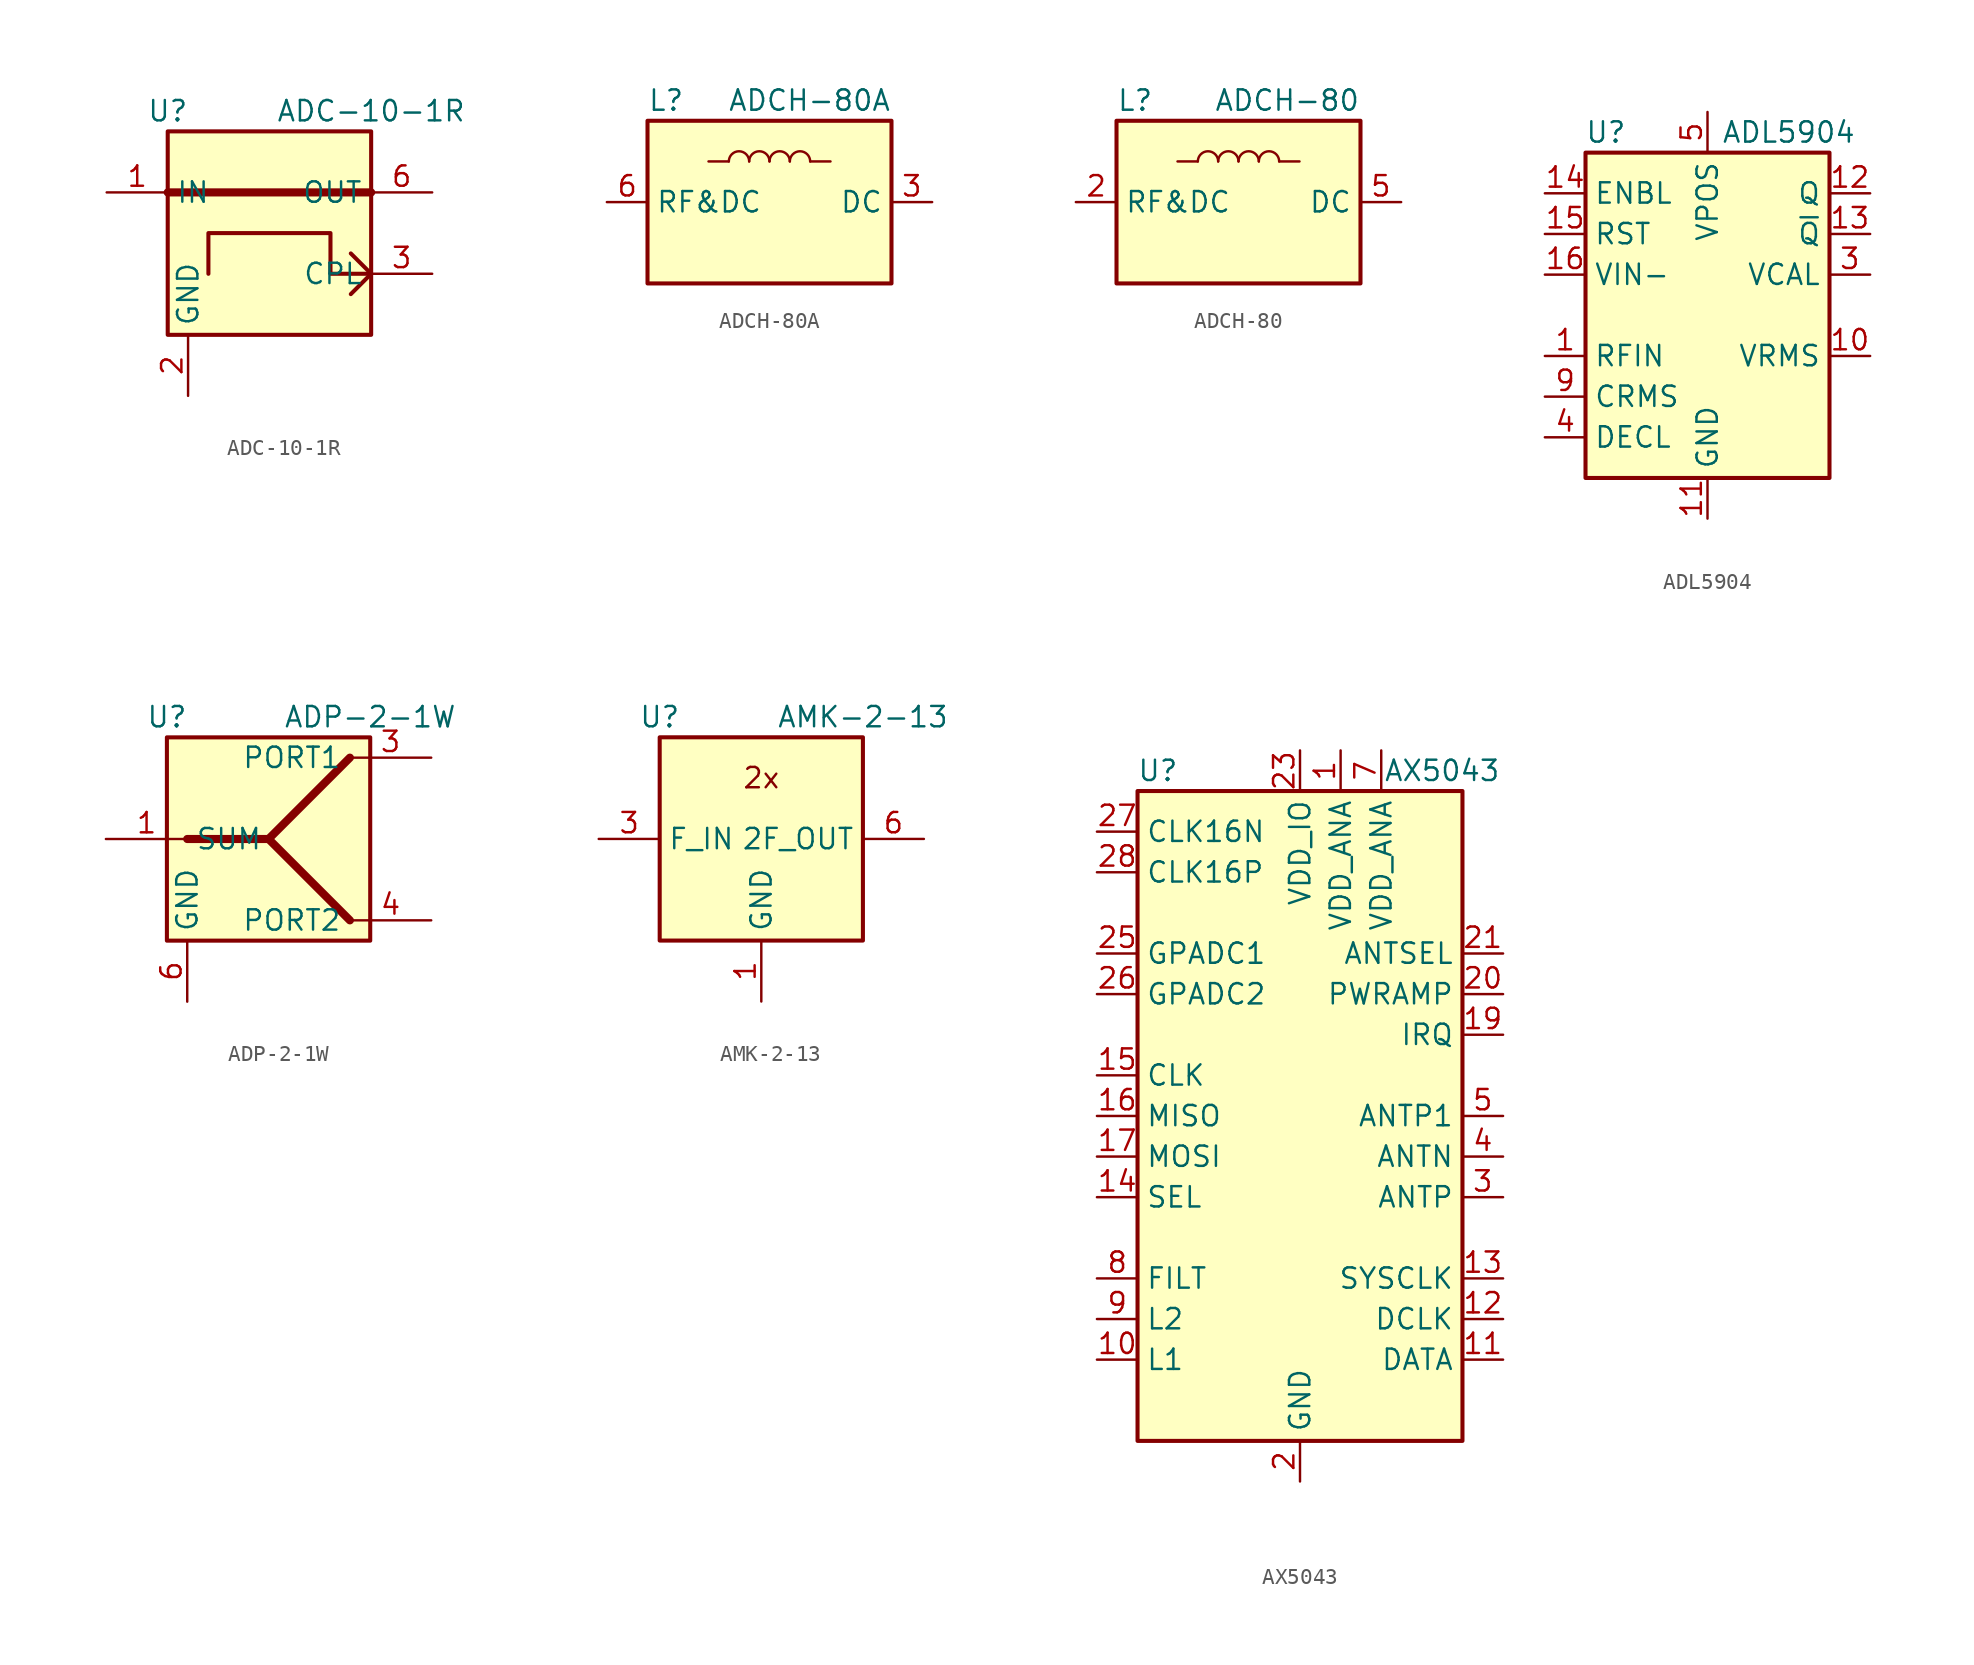
<source format=kicad_sym>
(kicad_symbol_lib
  (version 20200908)
  (generator kicad_symbol_editor)
  (symbol "RF:ADC-10-1R"
    (property "Reference" "U"
      (at -6.35 7.62 0)
      (effects (font (size 1.27 1.27))))
    (property "Value" "ADC-10-1R"
      (at 6.35 7.62 0)
      (effects (font (size 1.27 1.27))))
    (symbol "ADC-10-1R_0_1"
      (rectangle (start -6.35 6.35) (end 6.35 -6.35) (stroke (width 0.254)) (fill (type background)))
      (polyline (pts (xy -6.35 2.54) (xy 6.35 2.54)) (stroke (width 0.508)) (fill (type none)))
      (polyline (pts (xy 6.35 -2.54) (xy 5.08 -3.81)) (stroke (width 0.254)) (fill (type none)))
      (polyline (pts (xy 6.35 -2.54) (xy 5.08 -1.27)) (stroke (width 0.254)) (fill (type none)))
      (polyline (pts (xy 6.35 -2.54) (xy 3.81 -2.54) (xy 3.81 0) (xy -3.81 0) (xy -3.81 -2.54)) (stroke (width 0.254)) (fill (type none))))
    (symbol "ADC-10-1R_1_1"
      (pin input line (at -10.16 2.54 0) (length 3.81) (name "IN" (effects (font (size 1.27 1.27)))) (number "1" (effects (font (size 1.27 1.27)))))
      (pin power_in line (at -5.08 -10.16 90) (length 3.81) (name "GND" (effects (font (size 1.27 1.27)))) (number "2" (effects (font (size 1.27 1.27)))))
      (pin output line (at 10.16 -2.54 180) (length 3.81) (name "CPL" (effects (font (size 1.27 1.27)))) (number "3" (effects (font (size 1.27 1.27)))))
      (pin unconnected line (at 6.35 0 180) (length 3.81) hide (name "NC" (effects (font (size 1.27 1.27)))) (number "4" (effects (font (size 1.27 1.27)))))
      (pin passive line (at -5.08 -10.16 90) (length 3.81) hide (name "GND" (effects (font (size 1.27 1.27)))) (number "5" (effects (font (size 1.27 1.27)))))
      (pin output line (at 10.16 2.54 180) (length 3.81) (name "OUT" (effects (font (size 1.27 1.27)))) (number "6" (effects (font (size 1.27 1.27)))))))
  (symbol "RF:ADCH-80A"
    (property "Reference" "L"
      (at -7.62 6.35 0)
      (effects (font (size 1.27 1.27)) (justify left)))
    (property "Value" "ADCH-80A"
      (at 7.62 6.35 0)
      (effects (font (size 1.27 1.27)) (justify right)))
    (symbol "ADCH-80A_1_1"
      (arc (start -1.27 2.54) (end -2.54 2.54) (radius (at -1.905 2.54) (length 0.635) (angles 0.1 179.9)) (stroke (width 0)) (fill (type none)))
      (arc (start 0 2.54) (end -1.27 2.54) (radius (at -0.635 2.54) (length 0.635) (angles 0.1 179.9)) (stroke (width 0)) (fill (type none)))
      (arc (start 1.27 2.54) (end 0 2.54) (radius (at 0.635 2.54) (length 0.635) (angles 0.1 179.9)) (stroke (width 0)) (fill (type none)))
      (arc (start 2.54 2.54) (end 1.27 2.54) (radius (at 1.905 2.54) (length 0.635) (angles 0.1 179.9)) (stroke (width 0)) (fill (type none)))
      (rectangle (start -7.62 5.08) (end 7.62 -5.08) (stroke (width 0.254)) (fill (type background)))
      (rectangle (start 2.54 2.54) (end 3.81 2.54) (stroke (width 0)) (fill (type none)))
      (polyline (pts (xy -2.54 2.54) (xy -3.81 2.54)) (stroke (width 0)) (fill (type none)))
      (pin unconnected line (at -5.08 -5.08 90) (length 2.54) hide (name "NC" (effects (font (size 1.27 1.27)))) (number "1" (effects (font (size 1.27 1.27)))))
      (pin unconnected line (at -2.54 -5.08 90) (length 2.54) hide (name "NC" (effects (font (size 1.27 1.27)))) (number "2" (effects (font (size 1.27 1.27)))))
      (pin passive line (at 10.16 0 180) (length 2.54) (name "DC" (effects (font (size 1.27 1.27)))) (number "3" (effects (font (size 1.27 1.27)))))
      (pin unconnected line (at 0 -5.08 90) (length 2.54) hide (name "NC" (effects (font (size 1.27 1.27)))) (number "4" (effects (font (size 1.27 1.27)))))
      (pin unconnected line (at 2.54 -5.08 90) (length 2.54) hide (name "NC" (effects (font (size 1.27 1.27)))) (number "5" (effects (font (size 1.27 1.27)))))
      (pin passive line (at -10.16 0 0) (length 2.54) (name "RF&DC" (effects (font (size 1.27 1.27)))) (number "6" (effects (font (size 1.27 1.27)))))))
  (symbol "RF:ADCH-80"
    (property "Reference" "L"
      (at -7.62 6.35 0)
      (effects (font (size 1.27 1.27)) (justify left)))
    (property "Value" "ADCH-80"
      (at 7.62 6.35 0)
      (effects (font (size 1.27 1.27)) (justify right)))
    (symbol "ADCH-80_1_1"
      (arc (start -1.27 2.54) (end -2.54 2.54) (radius (at -1.905 2.54) (length 0.635) (angles 0.1 179.9)) (stroke (width 0)) (fill (type none)))
      (arc (start 0 2.54) (end -1.27 2.54) (radius (at -0.635 2.54) (length 0.635) (angles 0.1 179.9)) (stroke (width 0)) (fill (type none)))
      (arc (start 1.27 2.54) (end 0 2.54) (radius (at 0.635 2.54) (length 0.635) (angles 0.1 179.9)) (stroke (width 0)) (fill (type none)))
      (arc (start 2.54 2.54) (end 1.27 2.54) (radius (at 1.905 2.54) (length 0.635) (angles 0.1 179.9)) (stroke (width 0)) (fill (type none)))
      (rectangle (start -7.62 5.08) (end 7.62 -5.08) (stroke (width 0.254)) (fill (type background)))
      (pin unconnected line (at -5.08 -5.08 90) (length 2.54) hide (name "NC" (effects (font (size 1.27 1.27)))) (number "1" (effects (font (size 1.27 1.27)))))
      (pin passive line (at -10.16 0 0) (length 2.54) (name "RF&DC" (effects (font (size 1.27 1.27)))) (number "2" (effects (font (size 1.27 1.27)))))
      (pin unconnected line (at -2.54 -5.08 90) (length 2.54) hide (name "NC" (effects (font (size 1.27 1.27)))) (number "3" (effects (font (size 1.27 1.27)))))
      (pin unconnected line (at 0 -5.08 90) (length 2.54) hide (name "NC" (effects (font (size 1.27 1.27)))) (number "4" (effects (font (size 1.27 1.27)))))
      (pin passive line (at 10.16 0 180) (length 2.54) (name "DC" (effects (font (size 1.27 1.27)))) (number "5" (effects (font (size 1.27 1.27)))))
      (pin unconnected line (at 2.54 -5.08 90) (length 2.54) hide (name "NC" (effects (font (size 1.27 1.27)))) (number "6" (effects (font (size 1.27 1.27))))))
    (symbol "ADCH-80_0_1"
      (rectangle (start 2.54 2.54) (end 3.81 2.54) (stroke (width 0)) (fill (type none)))
      (polyline (pts (xy -2.54 2.54) (xy -3.81 2.54)) (stroke (width 0)) (fill (type none)))))
  (symbol "RF:ADL5904"
    (property "Reference" "U"
      (at -6.35 11.43 0)
      (effects (font (size 1.27 1.27))))
    (property "Value" "ADL5904"
      (at 5.08 11.43 0)
      (effects (font (size 1.27 1.27))))
    (symbol "ADL5904_0_1"
      (rectangle (start -7.62 10.16) (end 7.62 -10.16) (stroke (width 0.254)) (fill (type background))))
    (symbol "ADL5904_1_1"
      (pin input line (at -10.16 -2.54 0) (length 2.54) (name "RFIN" (effects (font (size 1.27 1.27)))) (number "1" (effects (font (size 1.27 1.27)))))
      (pin output line (at 10.16 -2.54 180) (length 2.54) (name "VRMS" (effects (font (size 1.27 1.27)))) (number "10" (effects (font (size 1.27 1.27)))))
      (pin power_in line (at 0 -12.7 90) (length 2.54) (name "GND" (effects (font (size 1.27 1.27)))) (number "11" (effects (font (size 1.27 1.27)))))
      (pin output line (at 10.16 7.62 180) (length 2.54) (name "Q" (effects (font (size 1.27 1.27)))) (number "12" (effects (font (size 1.27 1.27)))))
      (pin output line (at 10.16 5.08 180) (length 2.54) (name "~Q" (effects (font (size 1.27 1.27)))) (number "13" (effects (font (size 1.27 1.27)))))
      (pin input line (at -10.16 7.62 0) (length 2.54) (name "ENBL" (effects (font (size 1.27 1.27)))) (number "14" (effects (font (size 1.27 1.27)))))
      (pin input line (at -10.16 5.08 0) (length 2.54) (name "RST" (effects (font (size 1.27 1.27)))) (number "15" (effects (font (size 1.27 1.27)))))
      (pin input line (at -10.16 2.54 0) (length 2.54) (name "VIN-" (effects (font (size 1.27 1.27)))) (number "16" (effects (font (size 1.27 1.27)))))
      (pin passive line (at 0 -12.7 90) (length 2.54) hide (name "GND" (effects (font (size 1.27 1.27)))) (number "17" (effects (font (size 1.27 1.27)))))
      (pin unconnected line (at 7.62 0 180) (length 2.54) hide (name "DNC" (effects (font (size 1.27 1.27)))) (number "2" (effects (font (size 1.27 1.27)))))
      (pin output line (at 10.16 2.54 180) (length 2.54) (name "VCAL" (effects (font (size 1.27 1.27)))) (number "3" (effects (font (size 1.27 1.27)))))
      (pin passive line (at -10.16 -7.62 0) (length 2.54) (name "DECL" (effects (font (size 1.27 1.27)))) (number "4" (effects (font (size 1.27 1.27)))))
      (pin power_in line (at 0 12.7 270) (length 2.54) (name "VPOS" (effects (font (size 1.27 1.27)))) (number "5" (effects (font (size 1.27 1.27)))))
      (pin unconnected line (at 7.62 -5.08 180) (length 2.54) hide (name "DNC" (effects (font (size 1.27 1.27)))) (number "6" (effects (font (size 1.27 1.27)))))
      (pin passive line (at 0 12.7 270) (length 2.54) hide (name "VPOS" (effects (font (size 1.27 1.27)))) (number "7" (effects (font (size 1.27 1.27)))))
      (pin unconnected line (at 7.62 -7.62 180) (length 2.54) hide (name "DNC" (effects (font (size 1.27 1.27)))) (number "8" (effects (font (size 1.27 1.27)))))
      (pin passive line (at -10.16 -5.08 0) (length 2.54) (name "CRMS" (effects (font (size 1.27 1.27)))) (number "9" (effects (font (size 1.27 1.27)))))))
  (symbol "RF:ADP-2-1W"
    (property "Reference" "U"
      (at -6.35 7.62 0)
      (effects (font (size 1.27 1.27))))
    (property "Value" "ADP-2-1W"
      (at 6.35 7.62 0)
      (effects (font (size 1.27 1.27))))
    (symbol "ADP-2-1W_0_1"
      (rectangle (start -6.35 6.35) (end 6.35 -6.35) (stroke (width 0.254)) (fill (type background)))
      (polyline (pts (xy 0 0) (xy 5.08 -5.08)) (stroke (width 0.508)) (fill (type none)))
      (polyline (pts (xy -5.08 0) (xy 0 0) (xy 5.08 5.08)) (stroke (width 0.508)) (fill (type none))))
    (symbol "ADP-2-1W_1_1"
      (pin passive line (at -10.16 0 0) (length 5.08) (name "SUM" (effects (font (size 1.27 1.27)))) (number "1" (effects (font (size 1.27 1.27)))))
      (pin unconnected line (at 5.08 2.54 180) (length 5.08) hide (name "NC" (effects (font (size 1.27 1.27)))) (number "2" (effects (font (size 1.27 1.27)))))
      (pin passive line (at 10.16 5.08 180) (length 5.08) (name "PORT1" (effects (font (size 1.27 1.27)))) (number "3" (effects (font (size 1.27 1.27)))))
      (pin passive line (at 10.16 -5.08 180) (length 5.08) (name "PORT2" (effects (font (size 1.27 1.27)))) (number "4" (effects (font (size 1.27 1.27)))))
      (pin unconnected line (at 5.08 -2.54 180) (length 5.08) hide (name "NC" (effects (font (size 1.27 1.27)))) (number "5" (effects (font (size 1.27 1.27)))))
      (pin passive line (at -5.08 -10.16 90) (length 3.81) (name "GND" (effects (font (size 1.27 1.27)))) (number "6" (effects (font (size 1.27 1.27)))))))
  (symbol "RF:AMK-2-13"
    (property "Reference" "U"
      (at -6.35 7.62 0)
      (effects (font (size 1.27 1.27))))
    (property "Value" "AMK-2-13"
      (at 6.35 7.62 0)
      (effects (font (size 1.27 1.27))))
    (symbol "AMK-2-13_0_0"
      (text "2x" (at 0 3.81 0) (effects (font (size 1.27 1.27)))))
    (symbol "AMK-2-13_0_1"
      (rectangle (start -6.35 6.35) (end 6.35 -6.35) (stroke (width 0.254)) (fill (type background))))
    (symbol "AMK-2-13_1_1"
      (pin power_in line (at 0 -10.16 90) (length 3.81) (name "GND" (effects (font (size 1.27 1.27)))) (number "1" (effects (font (size 1.27 1.27)))))
      (pin unconnected line (at -6.35 -2.54 0) (length 2.54) hide (name "NC" (effects (font (size 1.27 1.27)))) (number "2" (effects (font (size 1.27 1.27)))))
      (pin input line (at -10.16 0 0) (length 3.81) (name "F_IN" (effects (font (size 1.27 1.27)))) (number "3" (effects (font (size 1.27 1.27)))))
      (pin passive line (at 0 -10.16 90) (length 3.81) hide (name "GND" (effects (font (size 1.27 1.27)))) (number "4" (effects (font (size 1.27 1.27)))))
      (pin passive line (at 0 -10.16 90) (length 3.81) hide (name "GND" (effects (font (size 1.27 1.27)))) (number "5" (effects (font (size 1.27 1.27)))))
      (pin output line (at 10.16 0 180) (length 3.81) (name "2F_OUT" (effects (font (size 1.27 1.27)))) (number "6" (effects (font (size 1.27 1.27)))))))
  (symbol "RF:AX5043"
    (property "Reference" "U"
      (at -8.89 21.59 0)
      (effects (font (size 1.27 1.27))))
    (property "Value" "AX5043"
      (at 8.89 21.59 0)
      (effects (font (size 1.27 1.27))))
    (symbol "AX5043_1_0"
      (rectangle (start -10.16 -20.32) (end 10.16 20.32) (stroke (width 0.254)) (fill (type background))))
    (symbol "AX5043_1_1"
      (pin power_out line (at 2.54 22.86 270) (length 2.54) (name "VDD_ANA" (effects (font (size 1.27 1.27)))) (number "1" (effects (font (size 1.27 1.27)))))
      (pin passive line (at -12.7 -15.24 0) (length 2.54) (name "L1" (effects (font (size 1.27 1.27)))) (number "10" (effects (font (size 1.27 1.27)))))
      (pin bidirectional line (at 12.7 -15.24 180) (length 2.54) (name "DATA" (effects (font (size 1.27 1.27)))) (number "11" (effects (font (size 1.27 1.27)))))
      (pin bidirectional line (at 12.7 -12.7 180) (length 2.54) (name "DCLK" (effects (font (size 1.27 1.27)))) (number "12" (effects (font (size 1.27 1.27)))))
      (pin bidirectional line (at 12.7 -10.16 180) (length 2.54) (name "SYSCLK" (effects (font (size 1.27 1.27)))) (number "13" (effects (font (size 1.27 1.27)))))
      (pin input line (at -12.7 -5.08 0) (length 2.54) (name "SEL" (effects (font (size 1.27 1.27)))) (number "14" (effects (font (size 1.27 1.27)))))
      (pin input line (at -12.7 2.54 0) (length 2.54) (name "CLK" (effects (font (size 1.27 1.27)))) (number "15" (effects (font (size 1.27 1.27)))))
      (pin output line (at -12.7 0 0) (length 2.54) (name "MISO" (effects (font (size 1.27 1.27)))) (number "16" (effects (font (size 1.27 1.27)))))
      (pin input line (at -12.7 -2.54 0) (length 2.54) (name "MOSI" (effects (font (size 1.27 1.27)))) (number "17" (effects (font (size 1.27 1.27)))))
      (pin unconnected line (at -2.54 -20.32 90) (length 2.54) hide (name "NC" (effects (font (size 1.27 1.27)))) (number "18" (effects (font (size 1.27 1.27)))))
      (pin output line (at 12.7 5.08 180) (length 2.54) (name "IRQ" (effects (font (size 1.27 1.27)))) (number "19" (effects (font (size 1.27 1.27)))))
      (pin power_in line (at 0 -22.86 90) (length 2.54) (name "GND" (effects (font (size 1.27 1.27)))) (number "2" (effects (font (size 1.27 1.27)))))
      (pin bidirectional line (at 12.7 7.62 180) (length 2.54) (name "PWRAMP" (effects (font (size 1.27 1.27)))) (number "20" (effects (font (size 1.27 1.27)))))
      (pin bidirectional line (at 12.7 10.16 180) (length 2.54) (name "ANTSEL" (effects (font (size 1.27 1.27)))) (number "21" (effects (font (size 1.27 1.27)))))
      (pin unconnected line (at 2.54 -20.32 90) (length 2.54) hide (name "NC" (effects (font (size 1.27 1.27)))) (number "22" (effects (font (size 1.27 1.27)))))
      (pin power_in line (at 0 22.86 270) (length 2.54) (name "VDD_IO" (effects (font (size 1.27 1.27)))) (number "23" (effects (font (size 1.27 1.27)))))
      (pin unconnected line (at -5.08 -20.32 90) (length 2.54) hide (name "NC" (effects (font (size 1.27 1.27)))) (number "24" (effects (font (size 1.27 1.27)))))
      (pin input line (at -12.7 10.16 0) (length 2.54) (name "GPADC1" (effects (font (size 1.27 1.27)))) (number "25" (effects (font (size 1.27 1.27)))))
      (pin input line (at -12.7 7.62 0) (length 2.54) (name "GPADC2" (effects (font (size 1.27 1.27)))) (number "26" (effects (font (size 1.27 1.27)))))
      (pin input line (at -12.7 17.78 0) (length 2.54) (name "CLK16N" (effects (font (size 1.27 1.27)))) (number "27" (effects (font (size 1.27 1.27)))))
      (pin input line (at -12.7 15.24 0) (length 2.54) (name "CLK16P" (effects (font (size 1.27 1.27)))) (number "28" (effects (font (size 1.27 1.27)))))
      (pin passive line (at 0 -22.86 90) (length 2.54) hide (name "GND" (effects (font (size 1.27 1.27)))) (number "29" (effects (font (size 1.27 1.27)))))
      (pin bidirectional line (at 12.7 -5.08 180) (length 2.54) (name "ANTP" (effects (font (size 1.27 1.27)))) (number "3" (effects (font (size 1.27 1.27)))))
      (pin bidirectional line (at 12.7 -2.54 180) (length 2.54) (name "ANTN" (effects (font (size 1.27 1.27)))) (number "4" (effects (font (size 1.27 1.27)))))
      (pin output line (at 12.7 0 180) (length 2.54) (name "ANTP1" (effects (font (size 1.27 1.27)))) (number "5" (effects (font (size 1.27 1.27)))))
      (pin passive line (at 0 -22.86 90) (length 2.54) hide (name "GND" (effects (font (size 1.27 1.27)))) (number "6" (effects (font (size 1.27 1.27)))))
      (pin power_out line (at 5.08 22.86 270) (length 2.54) (name "VDD_ANA" (effects (font (size 1.27 1.27)))) (number "7" (effects (font (size 1.27 1.27)))))
      (pin input line (at -12.7 -10.16 0) (length 2.54) (name "FILT" (effects (font (size 1.27 1.27)))) (number "8" (effects (font (size 1.27 1.27)))))
      (pin passive line (at -12.7 -12.7 0) (length 2.54) (name "L2" (effects (font (size 1.27 1.27)))) (number "9" (effects (font (size 1.27 1.27))))))))
</source>
